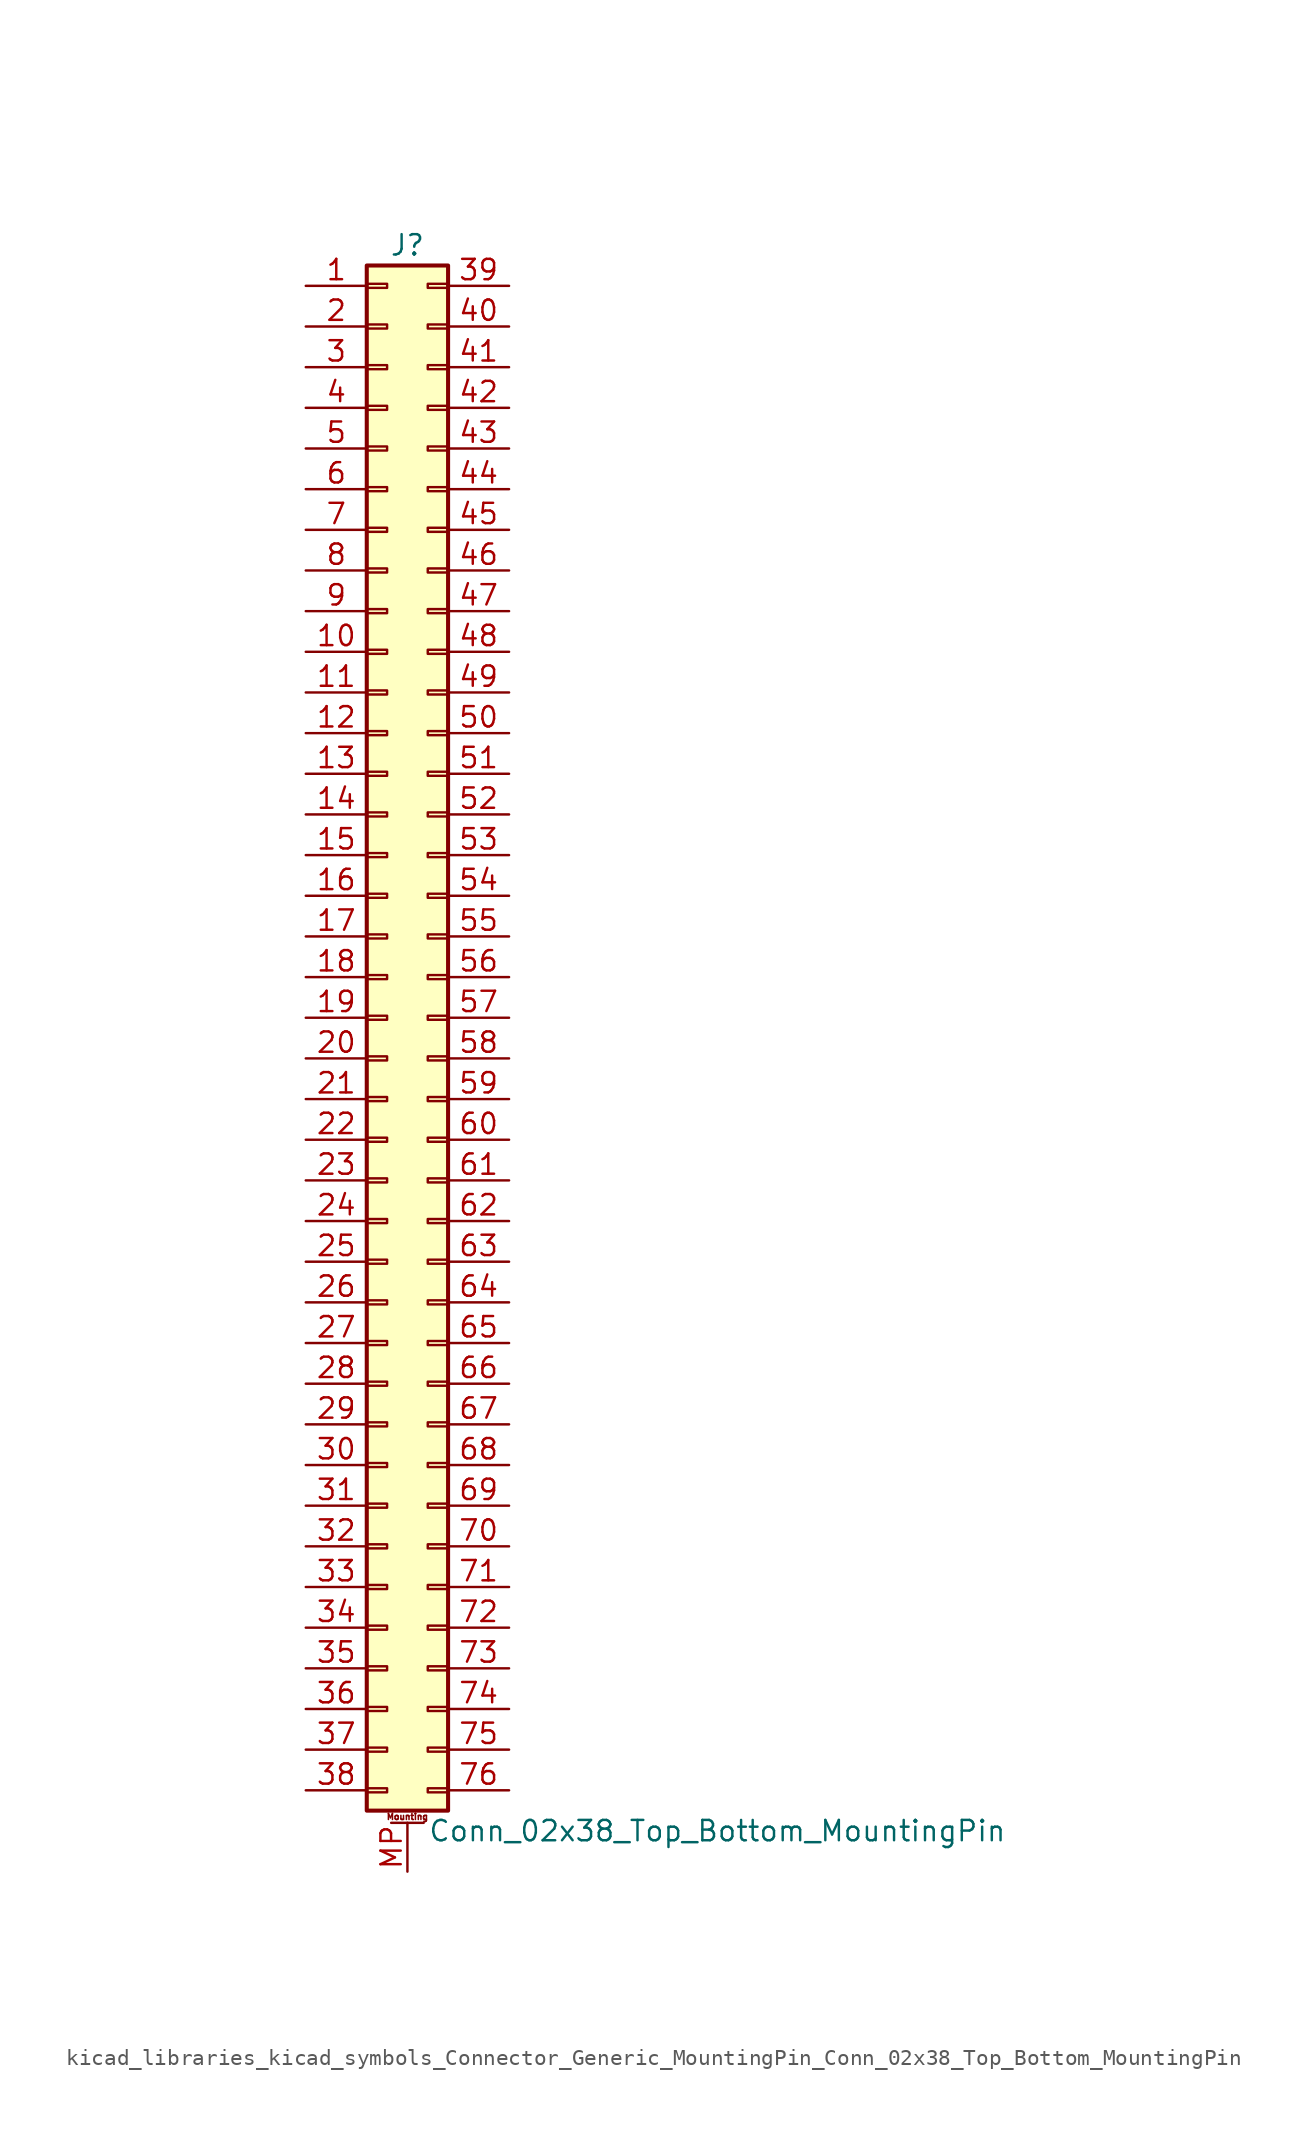
<source format=kicad_sym>
(kicad_symbol_lib
  (version 20220914)
  (generator kicad_symbol_editor)
  (symbol "kicad_libraries_kicad_symbols_Connector_Generic_MountingPin_Conn_02x38_Top_Bottom_MountingPin"
    (pin_names
      (offset 1.016) hide)
    (property "Reference" "J"
      (at 1.27 48.26 0)
      (effects (font (size 1.27 1.27))))
    (property "Value" "Conn_02x38_Top_Bottom_MountingPin"
      (at 2.54 -50.8 0)
      (effects (font (size 1.27 1.27)) (justify left)))
    (symbol "kicad_libraries_kicad_symbols_Connector_Generic_MountingPin_Conn_02x38_Top_Bottom_MountingPin_1_1"
      (rectangle (start -1.27 -48.133) (end 0 -48.387) (stroke (width 0.152) (type default)) (fill (type none)))
      (rectangle (start -1.27 -45.593) (end 0 -45.847) (stroke (width 0.152) (type default)) (fill (type none)))
      (rectangle (start -1.27 -43.053) (end 0 -43.307) (stroke (width 0.152) (type default)) (fill (type none)))
      (rectangle (start -1.27 -40.513) (end 0 -40.767) (stroke (width 0.152) (type default)) (fill (type none)))
      (rectangle (start -1.27 -37.973) (end 0 -38.227) (stroke (width 0.152) (type default)) (fill (type none)))
      (rectangle (start -1.27 -35.433) (end 0 -35.687) (stroke (width 0.152) (type default)) (fill (type none)))
      (rectangle (start -1.27 -32.893) (end 0 -33.147) (stroke (width 0.152) (type default)) (fill (type none)))
      (rectangle (start -1.27 -30.353) (end 0 -30.607) (stroke (width 0.152) (type default)) (fill (type none)))
      (rectangle (start -1.27 -27.813) (end 0 -28.067) (stroke (width 0.152) (type default)) (fill (type none)))
      (rectangle (start -1.27 -25.273) (end 0 -25.527) (stroke (width 0.152) (type default)) (fill (type none)))
      (rectangle (start -1.27 -22.733) (end 0 -22.987) (stroke (width 0.152) (type default)) (fill (type none)))
      (rectangle (start -1.27 -20.193) (end 0 -20.447) (stroke (width 0.152) (type default)) (fill (type none)))
      (rectangle (start -1.27 -17.653) (end 0 -17.907) (stroke (width 0.152) (type default)) (fill (type none)))
      (rectangle (start -1.27 -15.113) (end 0 -15.367) (stroke (width 0.152) (type default)) (fill (type none)))
      (rectangle (start -1.27 -12.573) (end 0 -12.827) (stroke (width 0.152) (type default)) (fill (type none)))
      (rectangle (start -1.27 -10.033) (end 0 -10.287) (stroke (width 0.152) (type default)) (fill (type none)))
      (rectangle (start -1.27 -7.493) (end 0 -7.747) (stroke (width 0.152) (type default)) (fill (type none)))
      (rectangle (start -1.27 -4.953) (end 0 -5.207) (stroke (width 0.152) (type default)) (fill (type none)))
      (rectangle (start -1.27 -2.413) (end 0 -2.667) (stroke (width 0.152) (type default)) (fill (type none)))
      (rectangle (start -1.27 0.127) (end 0 -0.127) (stroke (width 0.152) (type default)) (fill (type none)))
      (rectangle (start -1.27 2.667) (end 0 2.413) (stroke (width 0.152) (type default)) (fill (type none)))
      (rectangle (start -1.27 5.207) (end 0 4.953) (stroke (width 0.152) (type default)) (fill (type none)))
      (rectangle (start -1.27 7.747) (end 0 7.493) (stroke (width 0.152) (type default)) (fill (type none)))
      (rectangle (start -1.27 10.287) (end 0 10.033) (stroke (width 0.152) (type default)) (fill (type none)))
      (rectangle (start -1.27 12.827) (end 0 12.573) (stroke (width 0.152) (type default)) (fill (type none)))
      (rectangle (start -1.27 15.367) (end 0 15.113) (stroke (width 0.152) (type default)) (fill (type none)))
      (rectangle (start -1.27 17.907) (end 0 17.653) (stroke (width 0.152) (type default)) (fill (type none)))
      (rectangle (start -1.27 20.447) (end 0 20.193) (stroke (width 0.152) (type default)) (fill (type none)))
      (rectangle (start -1.27 22.987) (end 0 22.733) (stroke (width 0.152) (type default)) (fill (type none)))
      (rectangle (start -1.27 25.527) (end 0 25.273) (stroke (width 0.152) (type default)) (fill (type none)))
      (rectangle (start -1.27 28.067) (end 0 27.813) (stroke (width 0.152) (type default)) (fill (type none)))
      (rectangle (start -1.27 30.607) (end 0 30.353) (stroke (width 0.152) (type default)) (fill (type none)))
      (rectangle (start -1.27 33.147) (end 0 32.893) (stroke (width 0.152) (type default)) (fill (type none)))
      (rectangle (start -1.27 35.687) (end 0 35.433) (stroke (width 0.152) (type default)) (fill (type none)))
      (rectangle (start -1.27 38.227) (end 0 37.973) (stroke (width 0.152) (type default)) (fill (type none)))
      (rectangle (start -1.27 40.767) (end 0 40.513) (stroke (width 0.152) (type default)) (fill (type none)))
      (rectangle (start -1.27 43.307) (end 0 43.053) (stroke (width 0.152) (type default)) (fill (type none)))
      (rectangle (start -1.27 45.847) (end 0 45.593) (stroke (width 0.152) (type default)) (fill (type none)))
      (rectangle (start -1.27 46.99) (end 3.81 -49.53) (stroke (width 0.254) (type default)) (fill (type background)))
      (polyline (pts (xy 0.254 -50.292) (xy 2.286 -50.292)) (stroke (width 0.152) (type default)) (fill (type none)))
      (rectangle (start 3.81 -48.133) (end 2.54 -48.387) (stroke (width 0.152) (type default)) (fill (type none)))
      (rectangle (start 3.81 -45.593) (end 2.54 -45.847) (stroke (width 0.152) (type default)) (fill (type none)))
      (rectangle (start 3.81 -43.053) (end 2.54 -43.307) (stroke (width 0.152) (type default)) (fill (type none)))
      (rectangle (start 3.81 -40.513) (end 2.54 -40.767) (stroke (width 0.152) (type default)) (fill (type none)))
      (rectangle (start 3.81 -37.973) (end 2.54 -38.227) (stroke (width 0.152) (type default)) (fill (type none)))
      (rectangle (start 3.81 -35.433) (end 2.54 -35.687) (stroke (width 0.152) (type default)) (fill (type none)))
      (rectangle (start 3.81 -32.893) (end 2.54 -33.147) (stroke (width 0.152) (type default)) (fill (type none)))
      (rectangle (start 3.81 -30.353) (end 2.54 -30.607) (stroke (width 0.152) (type default)) (fill (type none)))
      (rectangle (start 3.81 -27.813) (end 2.54 -28.067) (stroke (width 0.152) (type default)) (fill (type none)))
      (rectangle (start 3.81 -25.273) (end 2.54 -25.527) (stroke (width 0.152) (type default)) (fill (type none)))
      (rectangle (start 3.81 -22.733) (end 2.54 -22.987) (stroke (width 0.152) (type default)) (fill (type none)))
      (rectangle (start 3.81 -20.193) (end 2.54 -20.447) (stroke (width 0.152) (type default)) (fill (type none)))
      (rectangle (start 3.81 -17.653) (end 2.54 -17.907) (stroke (width 0.152) (type default)) (fill (type none)))
      (rectangle (start 3.81 -15.113) (end 2.54 -15.367) (stroke (width 0.152) (type default)) (fill (type none)))
      (rectangle (start 3.81 -12.573) (end 2.54 -12.827) (stroke (width 0.152) (type default)) (fill (type none)))
      (rectangle (start 3.81 -10.033) (end 2.54 -10.287) (stroke (width 0.152) (type default)) (fill (type none)))
      (rectangle (start 3.81 -7.493) (end 2.54 -7.747) (stroke (width 0.152) (type default)) (fill (type none)))
      (rectangle (start 3.81 -4.953) (end 2.54 -5.207) (stroke (width 0.152) (type default)) (fill (type none)))
      (rectangle (start 3.81 -2.413) (end 2.54 -2.667) (stroke (width 0.152) (type default)) (fill (type none)))
      (rectangle (start 3.81 0.127) (end 2.54 -0.127) (stroke (width 0.152) (type default)) (fill (type none)))
      (rectangle (start 3.81 2.667) (end 2.54 2.413) (stroke (width 0.152) (type default)) (fill (type none)))
      (rectangle (start 3.81 5.207) (end 2.54 4.953) (stroke (width 0.152) (type default)) (fill (type none)))
      (rectangle (start 3.81 7.747) (end 2.54 7.493) (stroke (width 0.152) (type default)) (fill (type none)))
      (rectangle (start 3.81 10.287) (end 2.54 10.033) (stroke (width 0.152) (type default)) (fill (type none)))
      (rectangle (start 3.81 12.827) (end 2.54 12.573) (stroke (width 0.152) (type default)) (fill (type none)))
      (rectangle (start 3.81 15.367) (end 2.54 15.113) (stroke (width 0.152) (type default)) (fill (type none)))
      (rectangle (start 3.81 17.907) (end 2.54 17.653) (stroke (width 0.152) (type default)) (fill (type none)))
      (rectangle (start 3.81 20.447) (end 2.54 20.193) (stroke (width 0.152) (type default)) (fill (type none)))
      (rectangle (start 3.81 22.987) (end 2.54 22.733) (stroke (width 0.152) (type default)) (fill (type none)))
      (rectangle (start 3.81 25.527) (end 2.54 25.273) (stroke (width 0.152) (type default)) (fill (type none)))
      (rectangle (start 3.81 28.067) (end 2.54 27.813) (stroke (width 0.152) (type default)) (fill (type none)))
      (rectangle (start 3.81 30.607) (end 2.54 30.353) (stroke (width 0.152) (type default)) (fill (type none)))
      (rectangle (start 3.81 33.147) (end 2.54 32.893) (stroke (width 0.152) (type default)) (fill (type none)))
      (rectangle (start 3.81 35.687) (end 2.54 35.433) (stroke (width 0.152) (type default)) (fill (type none)))
      (rectangle (start 3.81 38.227) (end 2.54 37.973) (stroke (width 0.152) (type default)) (fill (type none)))
      (rectangle (start 3.81 40.767) (end 2.54 40.513) (stroke (width 0.152) (type default)) (fill (type none)))
      (rectangle (start 3.81 43.307) (end 2.54 43.053) (stroke (width 0.152) (type default)) (fill (type none)))
      (rectangle (start 3.81 45.847) (end 2.54 45.593) (stroke (width 0.152) (type default)) (fill (type none)))
      (text "Mounting" (at 1.27 -49.911 0) (effects (font (size 0.381 0.381))))
      (pin passive line (at -5.08 45.72 0) (length 3.81) (name "Pin_1" (effects (font (size 1.27 1.27)))) (number "1" (effects (font (size 1.27 1.27)))))
      (pin passive line (at -5.08 22.86 0) (length 3.81) (name "Pin_10" (effects (font (size 1.27 1.27)))) (number "10" (effects (font (size 1.27 1.27)))))
      (pin passive line (at -5.08 20.32 0) (length 3.81) (name "Pin_11" (effects (font (size 1.27 1.27)))) (number "11" (effects (font (size 1.27 1.27)))))
      (pin passive line (at -5.08 17.78 0) (length 3.81) (name "Pin_12" (effects (font (size 1.27 1.27)))) (number "12" (effects (font (size 1.27 1.27)))))
      (pin passive line (at -5.08 15.24 0) (length 3.81) (name "Pin_13" (effects (font (size 1.27 1.27)))) (number "13" (effects (font (size 1.27 1.27)))))
      (pin passive line (at -5.08 12.7 0) (length 3.81) (name "Pin_14" (effects (font (size 1.27 1.27)))) (number "14" (effects (font (size 1.27 1.27)))))
      (pin passive line (at -5.08 10.16 0) (length 3.81) (name "Pin_15" (effects (font (size 1.27 1.27)))) (number "15" (effects (font (size 1.27 1.27)))))
      (pin passive line (at -5.08 7.62 0) (length 3.81) (name "Pin_16" (effects (font (size 1.27 1.27)))) (number "16" (effects (font (size 1.27 1.27)))))
      (pin passive line (at -5.08 5.08 0) (length 3.81) (name "Pin_17" (effects (font (size 1.27 1.27)))) (number "17" (effects (font (size 1.27 1.27)))))
      (pin passive line (at -5.08 2.54 0) (length 3.81) (name "Pin_18" (effects (font (size 1.27 1.27)))) (number "18" (effects (font (size 1.27 1.27)))))
      (pin passive line (at -5.08 0 0) (length 3.81) (name "Pin_19" (effects (font (size 1.27 1.27)))) (number "19" (effects (font (size 1.27 1.27)))))
      (pin passive line (at -5.08 43.18 0) (length 3.81) (name "Pin_2" (effects (font (size 1.27 1.27)))) (number "2" (effects (font (size 1.27 1.27)))))
      (pin passive line (at -5.08 -2.54 0) (length 3.81) (name "Pin_20" (effects (font (size 1.27 1.27)))) (number "20" (effects (font (size 1.27 1.27)))))
      (pin passive line (at -5.08 -5.08 0) (length 3.81) (name "Pin_21" (effects (font (size 1.27 1.27)))) (number "21" (effects (font (size 1.27 1.27)))))
      (pin passive line (at -5.08 -7.62 0) (length 3.81) (name "Pin_22" (effects (font (size 1.27 1.27)))) (number "22" (effects (font (size 1.27 1.27)))))
      (pin passive line (at -5.08 -10.16 0) (length 3.81) (name "Pin_23" (effects (font (size 1.27 1.27)))) (number "23" (effects (font (size 1.27 1.27)))))
      (pin passive line (at -5.08 -12.7 0) (length 3.81) (name "Pin_24" (effects (font (size 1.27 1.27)))) (number "24" (effects (font (size 1.27 1.27)))))
      (pin passive line (at -5.08 -15.24 0) (length 3.81) (name "Pin_25" (effects (font (size 1.27 1.27)))) (number "25" (effects (font (size 1.27 1.27)))))
      (pin passive line (at -5.08 -17.78 0) (length 3.81) (name "Pin_26" (effects (font (size 1.27 1.27)))) (number "26" (effects (font (size 1.27 1.27)))))
      (pin passive line (at -5.08 -20.32 0) (length 3.81) (name "Pin_27" (effects (font (size 1.27 1.27)))) (number "27" (effects (font (size 1.27 1.27)))))
      (pin passive line (at -5.08 -22.86 0) (length 3.81) (name "Pin_28" (effects (font (size 1.27 1.27)))) (number "28" (effects (font (size 1.27 1.27)))))
      (pin passive line (at -5.08 -25.4 0) (length 3.81) (name "Pin_29" (effects (font (size 1.27 1.27)))) (number "29" (effects (font (size 1.27 1.27)))))
      (pin passive line (at -5.08 40.64 0) (length 3.81) (name "Pin_3" (effects (font (size 1.27 1.27)))) (number "3" (effects (font (size 1.27 1.27)))))
      (pin passive line (at -5.08 -27.94 0) (length 3.81) (name "Pin_30" (effects (font (size 1.27 1.27)))) (number "30" (effects (font (size 1.27 1.27)))))
      (pin passive line (at -5.08 -30.48 0) (length 3.81) (name "Pin_31" (effects (font (size 1.27 1.27)))) (number "31" (effects (font (size 1.27 1.27)))))
      (pin passive line (at -5.08 -33.02 0) (length 3.81) (name "Pin_32" (effects (font (size 1.27 1.27)))) (number "32" (effects (font (size 1.27 1.27)))))
      (pin passive line (at -5.08 -35.56 0) (length 3.81) (name "Pin_33" (effects (font (size 1.27 1.27)))) (number "33" (effects (font (size 1.27 1.27)))))
      (pin passive line (at -5.08 -38.1 0) (length 3.81) (name "Pin_34" (effects (font (size 1.27 1.27)))) (number "34" (effects (font (size 1.27 1.27)))))
      (pin passive line (at -5.08 -40.64 0) (length 3.81) (name "Pin_35" (effects (font (size 1.27 1.27)))) (number "35" (effects (font (size 1.27 1.27)))))
      (pin passive line (at -5.08 -43.18 0) (length 3.81) (name "Pin_36" (effects (font (size 1.27 1.27)))) (number "36" (effects (font (size 1.27 1.27)))))
      (pin passive line (at -5.08 -45.72 0) (length 3.81) (name "Pin_37" (effects (font (size 1.27 1.27)))) (number "37" (effects (font (size 1.27 1.27)))))
      (pin passive line (at -5.08 -48.26 0) (length 3.81) (name "Pin_38" (effects (font (size 1.27 1.27)))) (number "38" (effects (font (size 1.27 1.27)))))
      (pin passive line (at 7.62 45.72 180) (length 3.81) (name "Pin_39" (effects (font (size 1.27 1.27)))) (number "39" (effects (font (size 1.27 1.27)))))
      (pin passive line (at -5.08 38.1 0) (length 3.81) (name "Pin_4" (effects (font (size 1.27 1.27)))) (number "4" (effects (font (size 1.27 1.27)))))
      (pin passive line (at 7.62 43.18 180) (length 3.81) (name "Pin_40" (effects (font (size 1.27 1.27)))) (number "40" (effects (font (size 1.27 1.27)))))
      (pin passive line (at 7.62 40.64 180) (length 3.81) (name "Pin_41" (effects (font (size 1.27 1.27)))) (number "41" (effects (font (size 1.27 1.27)))))
      (pin passive line (at 7.62 38.1 180) (length 3.81) (name "Pin_42" (effects (font (size 1.27 1.27)))) (number "42" (effects (font (size 1.27 1.27)))))
      (pin passive line (at 7.62 35.56 180) (length 3.81) (name "Pin_43" (effects (font (size 1.27 1.27)))) (number "43" (effects (font (size 1.27 1.27)))))
      (pin passive line (at 7.62 33.02 180) (length 3.81) (name "Pin_44" (effects (font (size 1.27 1.27)))) (number "44" (effects (font (size 1.27 1.27)))))
      (pin passive line (at 7.62 30.48 180) (length 3.81) (name "Pin_45" (effects (font (size 1.27 1.27)))) (number "45" (effects (font (size 1.27 1.27)))))
      (pin passive line (at 7.62 27.94 180) (length 3.81) (name "Pin_46" (effects (font (size 1.27 1.27)))) (number "46" (effects (font (size 1.27 1.27)))))
      (pin passive line (at 7.62 25.4 180) (length 3.81) (name "Pin_47" (effects (font (size 1.27 1.27)))) (number "47" (effects (font (size 1.27 1.27)))))
      (pin passive line (at 7.62 22.86 180) (length 3.81) (name "Pin_48" (effects (font (size 1.27 1.27)))) (number "48" (effects (font (size 1.27 1.27)))))
      (pin passive line (at 7.62 20.32 180) (length 3.81) (name "Pin_49" (effects (font (size 1.27 1.27)))) (number "49" (effects (font (size 1.27 1.27)))))
      (pin passive line (at -5.08 35.56 0) (length 3.81) (name "Pin_5" (effects (font (size 1.27 1.27)))) (number "5" (effects (font (size 1.27 1.27)))))
      (pin passive line (at 7.62 17.78 180) (length 3.81) (name "Pin_50" (effects (font (size 1.27 1.27)))) (number "50" (effects (font (size 1.27 1.27)))))
      (pin passive line (at 7.62 15.24 180) (length 3.81) (name "Pin_51" (effects (font (size 1.27 1.27)))) (number "51" (effects (font (size 1.27 1.27)))))
      (pin passive line (at 7.62 12.7 180) (length 3.81) (name "Pin_52" (effects (font (size 1.27 1.27)))) (number "52" (effects (font (size 1.27 1.27)))))
      (pin passive line (at 7.62 10.16 180) (length 3.81) (name "Pin_53" (effects (font (size 1.27 1.27)))) (number "53" (effects (font (size 1.27 1.27)))))
      (pin passive line (at 7.62 7.62 180) (length 3.81) (name "Pin_54" (effects (font (size 1.27 1.27)))) (number "54" (effects (font (size 1.27 1.27)))))
      (pin passive line (at 7.62 5.08 180) (length 3.81) (name "Pin_55" (effects (font (size 1.27 1.27)))) (number "55" (effects (font (size 1.27 1.27)))))
      (pin passive line (at 7.62 2.54 180) (length 3.81) (name "Pin_56" (effects (font (size 1.27 1.27)))) (number "56" (effects (font (size 1.27 1.27)))))
      (pin passive line (at 7.62 0 180) (length 3.81) (name "Pin_57" (effects (font (size 1.27 1.27)))) (number "57" (effects (font (size 1.27 1.27)))))
      (pin passive line (at 7.62 -2.54 180) (length 3.81) (name "Pin_58" (effects (font (size 1.27 1.27)))) (number "58" (effects (font (size 1.27 1.27)))))
      (pin passive line (at 7.62 -5.08 180) (length 3.81) (name "Pin_59" (effects (font (size 1.27 1.27)))) (number "59" (effects (font (size 1.27 1.27)))))
      (pin passive line (at -5.08 33.02 0) (length 3.81) (name "Pin_6" (effects (font (size 1.27 1.27)))) (number "6" (effects (font (size 1.27 1.27)))))
      (pin passive line (at 7.62 -7.62 180) (length 3.81) (name "Pin_60" (effects (font (size 1.27 1.27)))) (number "60" (effects (font (size 1.27 1.27)))))
      (pin passive line (at 7.62 -10.16 180) (length 3.81) (name "Pin_61" (effects (font (size 1.27 1.27)))) (number "61" (effects (font (size 1.27 1.27)))))
      (pin passive line (at 7.62 -12.7 180) (length 3.81) (name "Pin_62" (effects (font (size 1.27 1.27)))) (number "62" (effects (font (size 1.27 1.27)))))
      (pin passive line (at 7.62 -15.24 180) (length 3.81) (name "Pin_63" (effects (font (size 1.27 1.27)))) (number "63" (effects (font (size 1.27 1.27)))))
      (pin passive line (at 7.62 -17.78 180) (length 3.81) (name "Pin_64" (effects (font (size 1.27 1.27)))) (number "64" (effects (font (size 1.27 1.27)))))
      (pin passive line (at 7.62 -20.32 180) (length 3.81) (name "Pin_65" (effects (font (size 1.27 1.27)))) (number "65" (effects (font (size 1.27 1.27)))))
      (pin passive line (at 7.62 -22.86 180) (length 3.81) (name "Pin_66" (effects (font (size 1.27 1.27)))) (number "66" (effects (font (size 1.27 1.27)))))
      (pin passive line (at 7.62 -25.4 180) (length 3.81) (name "Pin_67" (effects (font (size 1.27 1.27)))) (number "67" (effects (font (size 1.27 1.27)))))
      (pin passive line (at 7.62 -27.94 180) (length 3.81) (name "Pin_68" (effects (font (size 1.27 1.27)))) (number "68" (effects (font (size 1.27 1.27)))))
      (pin passive line (at 7.62 -30.48 180) (length 3.81) (name "Pin_69" (effects (font (size 1.27 1.27)))) (number "69" (effects (font (size 1.27 1.27)))))
      (pin passive line (at -5.08 30.48 0) (length 3.81) (name "Pin_7" (effects (font (size 1.27 1.27)))) (number "7" (effects (font (size 1.27 1.27)))))
      (pin passive line (at 7.62 -33.02 180) (length 3.81) (name "Pin_70" (effects (font (size 1.27 1.27)))) (number "70" (effects (font (size 1.27 1.27)))))
      (pin passive line (at 7.62 -35.56 180) (length 3.81) (name "Pin_71" (effects (font (size 1.27 1.27)))) (number "71" (effects (font (size 1.27 1.27)))))
      (pin passive line (at 7.62 -38.1 180) (length 3.81) (name "Pin_72" (effects (font (size 1.27 1.27)))) (number "72" (effects (font (size 1.27 1.27)))))
      (pin passive line (at 7.62 -40.64 180) (length 3.81) (name "Pin_73" (effects (font (size 1.27 1.27)))) (number "73" (effects (font (size 1.27 1.27)))))
      (pin passive line (at 7.62 -43.18 180) (length 3.81) (name "Pin_74" (effects (font (size 1.27 1.27)))) (number "74" (effects (font (size 1.27 1.27)))))
      (pin passive line (at 7.62 -45.72 180) (length 3.81) (name "Pin_75" (effects (font (size 1.27 1.27)))) (number "75" (effects (font (size 1.27 1.27)))))
      (pin passive line (at 7.62 -48.26 180) (length 3.81) (name "Pin_76" (effects (font (size 1.27 1.27)))) (number "76" (effects (font (size 1.27 1.27)))))
      (pin passive line (at -5.08 27.94 0) (length 3.81) (name "Pin_8" (effects (font (size 1.27 1.27)))) (number "8" (effects (font (size 1.27 1.27)))))
      (pin passive line (at -5.08 25.4 0) (length 3.81) (name "Pin_9" (effects (font (size 1.27 1.27)))) (number "9" (effects (font (size 1.27 1.27)))))
      (pin passive line (at 1.27 -53.34 90) (length 3.048) (name "MountPin" (effects (font (size 1.27 1.27)))) (number "MP" (effects (font (size 1.27 1.27))))))))
</source>
